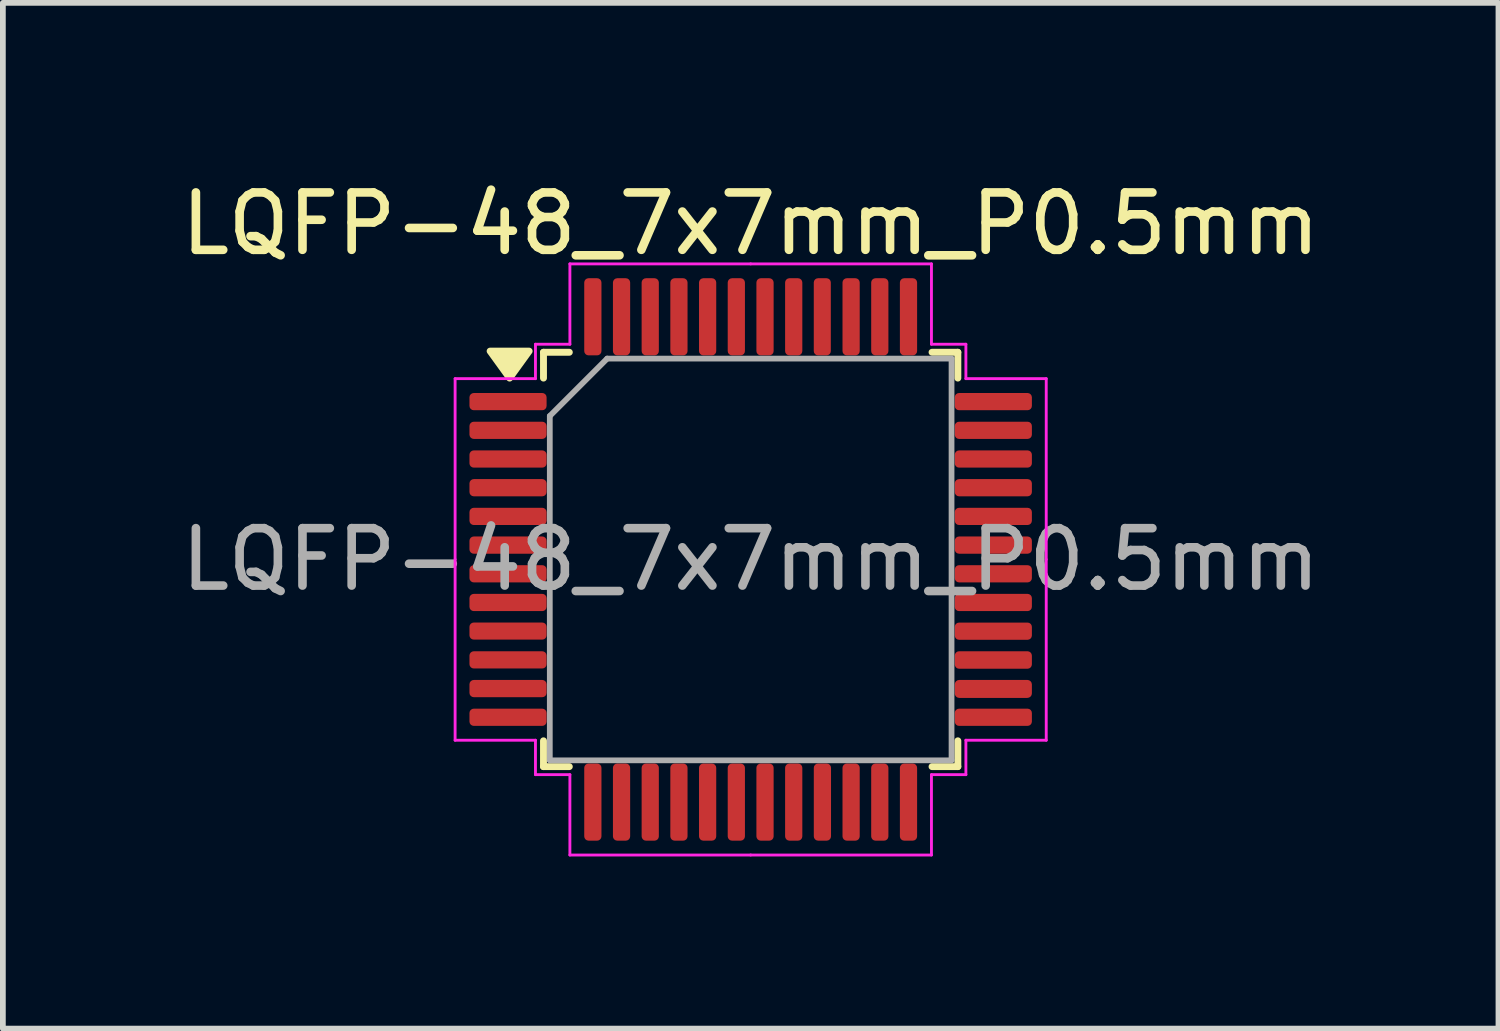
<source format=kicad_pcb>
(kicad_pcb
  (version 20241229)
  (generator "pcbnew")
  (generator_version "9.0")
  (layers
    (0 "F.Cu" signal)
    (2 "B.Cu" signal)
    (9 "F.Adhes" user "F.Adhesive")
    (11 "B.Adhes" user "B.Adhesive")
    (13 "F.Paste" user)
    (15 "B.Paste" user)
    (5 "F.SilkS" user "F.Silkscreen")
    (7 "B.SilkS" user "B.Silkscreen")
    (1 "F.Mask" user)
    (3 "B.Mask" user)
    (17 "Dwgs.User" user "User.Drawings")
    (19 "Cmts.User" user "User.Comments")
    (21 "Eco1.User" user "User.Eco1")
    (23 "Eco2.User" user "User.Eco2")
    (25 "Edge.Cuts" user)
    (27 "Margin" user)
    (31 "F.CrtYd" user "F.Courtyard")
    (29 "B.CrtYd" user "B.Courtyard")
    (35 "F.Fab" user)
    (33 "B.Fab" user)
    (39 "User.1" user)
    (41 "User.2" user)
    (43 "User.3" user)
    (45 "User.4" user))
  (footprint "LQFP-48_7x7mm_P0.5mm"
    (layer "F.Cu")
    (at 10.03 6.698)
    (property "Reference" "LQFP-48_7x7mm_P0.5mm" (at 0 -5.85 0) (layer "F.SilkS") (effects (font (size 1 1) (thickness 0.15))))
    (attr smd)
    (fp_line (start -3.61 -3.61) (end -3.61 -3.16) (stroke (width 0.12) (type solid)) (layer "F.SilkS"))
    (fp_line (start -3.61 3.61) (end -3.61 3.16) (stroke (width 0.12) (type solid)) (layer "F.SilkS"))
    (fp_line (start -3.16 -3.61) (end -3.61 -3.61) (stroke (width 0.12) (type solid)) (layer "F.SilkS"))
    (fp_line (start -3.16 3.61) (end -3.61 3.61) (stroke (width 0.12) (type solid)) (layer "F.SilkS"))
    (fp_line (start 3.16 -3.61) (end 3.61 -3.61) (stroke (width 0.12) (type solid)) (layer "F.SilkS"))
    (fp_line (start 3.16 3.61) (end 3.61 3.61) (stroke (width 0.12) (type solid)) (layer "F.SilkS"))
    (fp_line (start 3.61 -3.61) (end 3.61 -3.16) (stroke (width 0.12) (type solid)) (layer "F.SilkS"))
    (fp_line (start 3.61 3.61) (end 3.61 3.16) (stroke (width 0.12) (type solid)) (layer "F.SilkS"))
    (fp_poly (pts (xy -4.2 -3.16) (xy -4.54 -3.63) (xy -3.86 -3.63) (xy -4.2 -3.16)) (stroke (width 0.12) (type solid)) (fill yes) (layer "F.SilkS"))
    (fp_line (start -5.15 -3.15) (end -5.15 0) (stroke (width 0.05) (type solid)) (layer "F.CrtYd"))
    (fp_line (start -5.15 3.15) (end -5.15 0) (stroke (width 0.05) (type solid)) (layer "F.CrtYd"))
    (fp_line (start -3.75 -3.75) (end -3.75 -3.15) (stroke (width 0.05) (type solid)) (layer "F.CrtYd"))
    (fp_line (start -3.75 -3.15) (end -5.15 -3.15) (stroke (width 0.05) (type solid)) (layer "F.CrtYd"))
    (fp_line (start -3.75 3.15) (end -5.15 3.15) (stroke (width 0.05) (type solid)) (layer "F.CrtYd"))
    (fp_line (start -3.75 3.75) (end -3.75 3.15) (stroke (width 0.05) (type solid)) (layer "F.CrtYd"))
    (fp_line (start -3.15 -5.15) (end -3.15 -3.75) (stroke (width 0.05) (type solid)) (layer "F.CrtYd"))
    (fp_line (start -3.15 -3.75) (end -3.75 -3.75) (stroke (width 0.05) (type solid)) (layer "F.CrtYd"))
    (fp_line (start -3.15 3.75) (end -3.75 3.75) (stroke (width 0.05) (type solid)) (layer "F.CrtYd"))
    (fp_line (start -3.15 5.15) (end -3.15 3.75) (stroke (width 0.05) (type solid)) (layer "F.CrtYd"))
    (fp_line (start 0 -5.15) (end -3.15 -5.15) (stroke (width 0.05) (type solid)) (layer "F.CrtYd"))
    (fp_line (start 0 -5.15) (end 3.15 -5.15) (stroke (width 0.05) (type solid)) (layer "F.CrtYd"))
    (fp_line (start 0 5.15) (end -3.15 5.15) (stroke (width 0.05) (type solid)) (layer "F.CrtYd"))
    (fp_line (start 0 5.15) (end 3.15 5.15) (stroke (width 0.05) (type solid)) (layer "F.CrtYd"))
    (fp_line (start 3.15 -5.15) (end 3.15 -3.75) (stroke (width 0.05) (type solid)) (layer "F.CrtYd"))
    (fp_line (start 3.15 -3.75) (end 3.75 -3.75) (stroke (width 0.05) (type solid)) (layer "F.CrtYd"))
    (fp_line (start 3.15 3.75) (end 3.75 3.75) (stroke (width 0.05) (type solid)) (layer "F.CrtYd"))
    (fp_line (start 3.15 5.15) (end 3.15 3.75) (stroke (width 0.05) (type solid)) (layer "F.CrtYd"))
    (fp_line (start 3.75 -3.75) (end 3.75 -3.15) (stroke (width 0.05) (type solid)) (layer "F.CrtYd"))
    (fp_line (start 3.75 -3.15) (end 5.15 -3.15) (stroke (width 0.05) (type solid)) (layer "F.CrtYd"))
    (fp_line (start 3.75 3.15) (end 5.15 3.15) (stroke (width 0.05) (type solid)) (layer "F.CrtYd"))
    (fp_line (start 3.75 3.75) (end 3.75 3.15) (stroke (width 0.05) (type solid)) (layer "F.CrtYd"))
    (fp_line (start 5.15 -3.15) (end 5.15 0) (stroke (width 0.05) (type solid)) (layer "F.CrtYd"))
    (fp_line (start 5.15 3.15) (end 5.15 0) (stroke (width 0.05) (type solid)) (layer "F.CrtYd"))
    (fp_line (start -3.5 -2.5) (end -2.5 -3.5) (stroke (width 0.1) (type solid)) (layer "F.Fab"))
    (fp_line (start -3.5 3.5) (end -3.5 -2.5) (stroke (width 0.1) (type solid)) (layer "F.Fab"))
    (fp_line (start -2.5 -3.5) (end 3.5 -3.5) (stroke (width 0.1) (type solid)) (layer "F.Fab"))
    (fp_line (start 3.5 -3.5) (end 3.5 3.5) (stroke (width 0.1) (type solid)) (layer "F.Fab"))
    (fp_line (start 3.5 3.5) (end -3.5 3.5) (stroke (width 0.1) (type solid)) (layer "F.Fab"))
    (fp_text user "${REFERENCE}" (at 0 0 0) (layer "F.Fab") (effects (font (size 1 1) (thickness 0.15))))
    (pad "1" smd roundrect (at -4.228 -2.75) (size 1.344 0.3) (layers "F.Cu" "F.Mask" "F.Paste") (roundrect_rratio 0.25))
    (pad "2" smd roundrect (at -4.228 -2.25) (size 1.344 0.3) (layers "F.Cu" "F.Mask" "F.Paste") (roundrect_rratio 0.25))
    (pad "3" smd roundrect (at -4.228 -1.75) (size 1.344 0.3) (layers "F.Cu" "F.Mask" "F.Paste") (roundrect_rratio 0.25))
    (pad "4" smd roundrect (at -4.228 -1.25) (size 1.344 0.3) (layers "F.Cu" "F.Mask" "F.Paste") (roundrect_rratio 0.25))
    (pad "5" smd roundrect (at -4.228 -0.75) (size 1.344 0.3) (layers "F.Cu" "F.Mask" "F.Paste") (roundrect_rratio 0.25))
    (pad "6" smd roundrect (at -4.228 -0.25) (size 1.344 0.3) (layers "F.Cu" "F.Mask" "F.Paste") (roundrect_rratio 0.25))
    (pad "7" smd roundrect (at -4.228 0.25) (size 1.344 0.3) (layers "F.Cu" "F.Mask" "F.Paste") (roundrect_rratio 0.25))
    (pad "8" smd roundrect (at -4.228 0.75) (size 1.344 0.3) (layers "F.Cu" "F.Mask" "F.Paste") (roundrect_rratio 0.25))
    (pad "9" smd roundrect (at -4.228 1.248) (size 1.344 0.297) (layers "F.Cu" "F.Mask" "F.Paste") (roundrect_rratio 0.25))
    (pad "10" smd roundrect (at -4.228 1.75) (size 1.344 0.3) (layers "F.Cu" "F.Mask" "F.Paste") (roundrect_rratio 0.25))
    (pad "11" smd roundrect (at -4.228 2.25) (size 1.344 0.3) (layers "F.Cu" "F.Mask" "F.Paste") (roundrect_rratio 0.25))
    (pad "12" smd roundrect (at -4.228 2.75) (size 1.344 0.3) (layers "F.Cu" "F.Mask" "F.Paste") (roundrect_rratio 0.25))
    (pad "13" smd roundrect (at -2.75 4.228) (size 0.3 1.344) (layers "F.Cu" "F.Mask" "F.Paste") (roundrect_rratio 0.25))
    (pad "14" smd roundrect (at -2.25 4.228) (size 0.3 1.344) (layers "F.Cu" "F.Mask" "F.Paste") (roundrect_rratio 0.25))
    (pad "15" smd roundrect (at -1.75 4.228) (size 0.3 1.344) (layers "F.Cu" "F.Mask" "F.Paste") (roundrect_rratio 0.25))
    (pad "16" smd roundrect (at -1.25 4.228) (size 0.3 1.344) (layers "F.Cu" "F.Mask" "F.Paste") (roundrect_rratio 0.25))
    (pad "17" smd roundrect (at -0.75 4.228) (size 0.3 1.344) (layers "F.Cu" "F.Mask" "F.Paste") (roundrect_rratio 0.25))
    (pad "18" smd roundrect (at -0.25 4.228) (size 0.3 1.344) (layers "F.Cu" "F.Mask" "F.Paste") (roundrect_rratio 0.25))
    (pad "19" smd roundrect (at 0.25 4.228) (size 0.3 1.344) (layers "F.Cu" "F.Mask" "F.Paste") (roundrect_rratio 0.25))
    (pad "20" smd roundrect (at 0.75 4.228) (size 0.3 1.344) (layers "F.Cu" "F.Mask" "F.Paste") (roundrect_rratio 0.25))
    (pad "21" smd roundrect (at 1.25 4.228) (size 0.3 1.344) (layers "F.Cu" "F.Mask" "F.Paste") (roundrect_rratio 0.25))
    (pad "22" smd roundrect (at 1.75 4.228) (size 0.3 1.344) (layers "F.Cu" "F.Mask" "F.Paste") (roundrect_rratio 0.25))
    (pad "23" smd roundrect (at 2.25 4.228) (size 0.3 1.344) (layers "F.Cu" "F.Mask" "F.Paste") (roundrect_rratio 0.25))
    (pad "24" smd roundrect (at 2.75 4.228) (size 0.3 1.344) (layers "F.Cu" "F.Mask" "F.Paste") (roundrect_rratio 0.25))
    (pad "25" smd roundrect (at 4.228 2.75) (size 1.344 0.3) (layers "F.Cu" "F.Mask" "F.Paste") (roundrect_rratio 0.25))
    (pad "26" smd roundrect (at 4.228 2.256) (size 1.344 0.313) (layers "F.Cu" "F.Mask" "F.Paste") (roundrect_rratio 0.25))
    (pad "27" smd roundrect (at 4.228 1.752) (size 1.344 0.305) (layers "F.Cu" "F.Mask" "F.Paste") (roundrect_rratio 0.25))
    (pad "28" smd roundrect (at 4.228 1.25) (size 1.344 0.3) (layers "F.Cu" "F.Mask" "F.Paste") (roundrect_rratio 0.25))
    (pad "29" smd roundrect (at 4.228 0.75) (size 1.344 0.3) (layers "F.Cu" "F.Mask" "F.Paste") (roundrect_rratio 0.25))
    (pad "30" smd roundrect (at 4.228 0.25) (size 1.344 0.3) (layers "F.Cu" "F.Mask" "F.Paste") (roundrect_rratio 0.25))
    (pad "31" smd roundrect (at 4.228 -0.25) (size 1.344 0.3) (layers "F.Cu" "F.Mask" "F.Paste") (roundrect_rratio 0.25))
    (pad "32" smd roundrect (at 4.228 -0.75) (size 1.344 0.3) (layers "F.Cu" "F.Mask" "F.Paste") (roundrect_rratio 0.25))
    (pad "33" smd roundrect (at 4.228 -1.25) (size 1.344 0.3) (layers "F.Cu" "F.Mask" "F.Paste") (roundrect_rratio 0.25))
    (pad "34" smd roundrect (at 4.228 -1.75) (size 1.344 0.3) (layers "F.Cu" "F.Mask" "F.Paste") (roundrect_rratio 0.25))
    (pad "35" smd roundrect (at 4.228 -2.25) (size 1.344 0.3) (layers "F.Cu" "F.Mask" "F.Paste") (roundrect_rratio 0.25))
    (pad "36" smd roundrect (at 4.228 -2.75) (size 1.344 0.3) (layers "F.Cu" "F.Mask" "F.Paste") (roundrect_rratio 0.25))
    (pad "37" smd roundrect (at 2.75 -4.228) (size 0.3 1.344) (layers "F.Cu" "F.Mask" "F.Paste") (roundrect_rratio 0.25))
    (pad "38" smd roundrect (at 2.25 -4.228) (size 0.3 1.344) (layers "F.Cu" "F.Mask" "F.Paste") (roundrect_rratio 0.25))
    (pad "39" smd roundrect (at 1.75 -4.228) (size 0.3 1.344) (layers "F.Cu" "F.Mask" "F.Paste") (roundrect_rratio 0.25))
    (pad "40" smd roundrect (at 1.248 -4.228) (size 0.297 1.344) (layers "F.Cu" "F.Mask" "F.Paste") (roundrect_rratio 0.25))
    (pad "41" smd roundrect (at 0.75 -4.228) (size 0.3 1.344) (layers "F.Cu" "F.Mask" "F.Paste") (roundrect_rratio 0.25))
    (pad "42" smd roundrect (at 0.25 -4.228) (size 0.3 1.344) (layers "F.Cu" "F.Mask" "F.Paste") (roundrect_rratio 0.25))
    (pad "43" smd roundrect (at -0.25 -4.228) (size 0.3 1.344) (layers "F.Cu" "F.Mask" "F.Paste") (roundrect_rratio 0.25))
    (pad "44" smd roundrect (at -0.75 -4.228) (size 0.3 1.344) (layers "F.Cu" "F.Mask" "F.Paste") (roundrect_rratio 0.25))
    (pad "45" smd roundrect (at -1.25 -4.228) (size 0.3 1.344) (layers "F.Cu" "F.Mask" "F.Paste") (roundrect_rratio 0.25))
    (pad "46" smd roundrect (at -1.75 -4.228) (size 0.3 1.344) (layers "F.Cu" "F.Mask" "F.Paste") (roundrect_rratio 0.25))
    (pad "47" smd roundrect (at -2.25 -4.228) (size 0.3 1.344) (layers "F.Cu" "F.Mask" "F.Paste") (roundrect_rratio 0.25))
    (pad "48" smd roundrect (at -2.75 -4.228) (size 0.3 1.344) (layers "F.Cu" "F.Mask" "F.Paste") (roundrect_rratio 0.25)))
  (gr_rect
    (start -3 -3)
    (end 23.06 14.873)
    (stroke (width 0.1) (type default))
    (fill no)
    (layer "Edge.Cuts")))
</source>
